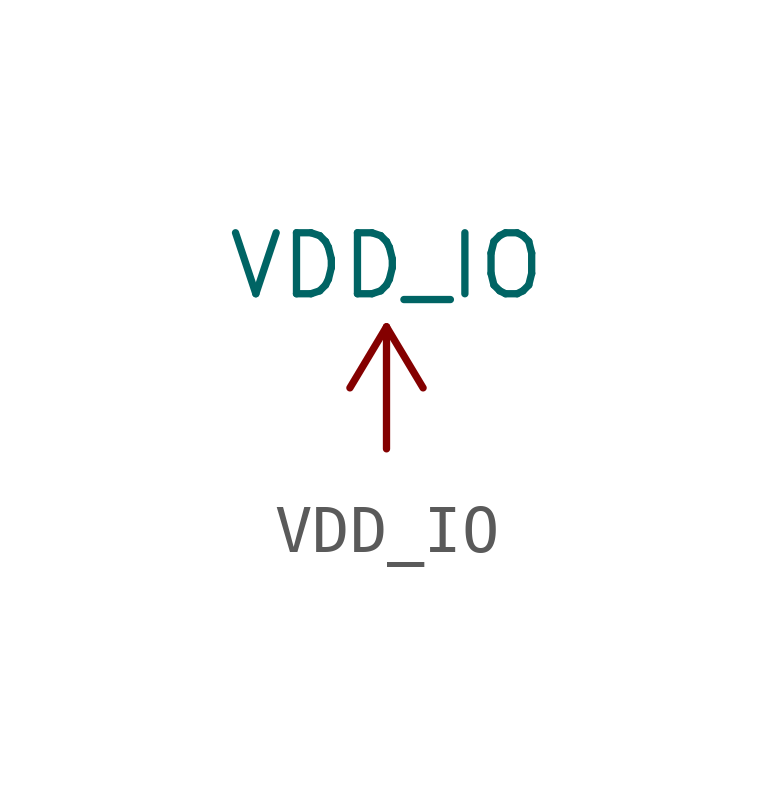
<source format=kicad_sym>
(kicad_symbol_lib
  (version 20201005)
  (generator kicad_symbol_editor)
  (symbol "power_rhssk:VDD_IO"
    (power)
    (pin_names
      (offset 0))
    (property "Reference" "#PWR"
      (at 0 -3.81 0)
      (effects (font (size 1.27 1.27)) hide))
    (property "Value" "VDD_IO"
      (at 0 3.81 0)
      (effects (font (size 1.27 1.27))))
    (symbol "VDD_IO_0_1"
      (polyline (pts (xy -0.762 1.27) (xy 0 2.54)) (stroke (width 0)) (fill (type none)))
      (polyline (pts (xy 0 0) (xy 0 2.54)) (stroke (width 0)) (fill (type none)))
      (polyline (pts (xy 0 2.54) (xy 0.762 1.27)) (stroke (width 0)) (fill (type none))))
    (symbol "VDD_IO_1_1"
      (pin power_in line (at 0 0 90) (length 0) hide (name "VDD_IO" (effects (font (size 1.27 1.27)))) (number "1" (effects (font (size 1.27 1.27))))))))
</source>
